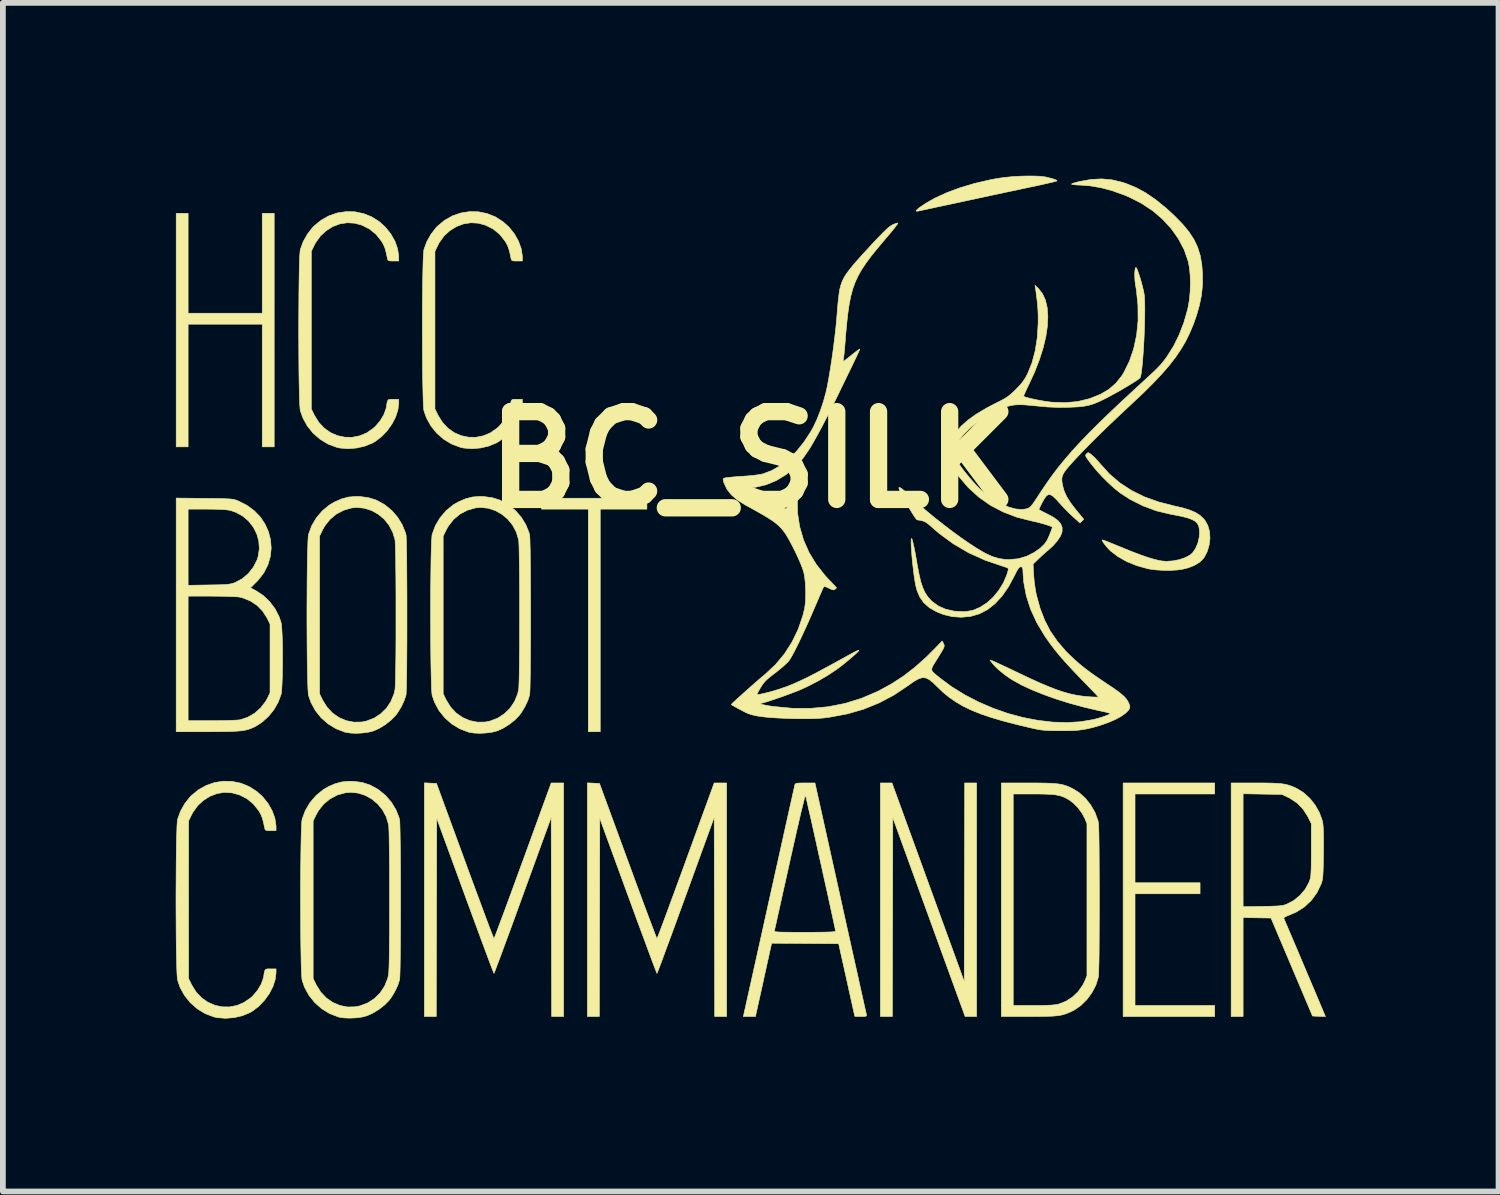
<source format=kicad_pcb>
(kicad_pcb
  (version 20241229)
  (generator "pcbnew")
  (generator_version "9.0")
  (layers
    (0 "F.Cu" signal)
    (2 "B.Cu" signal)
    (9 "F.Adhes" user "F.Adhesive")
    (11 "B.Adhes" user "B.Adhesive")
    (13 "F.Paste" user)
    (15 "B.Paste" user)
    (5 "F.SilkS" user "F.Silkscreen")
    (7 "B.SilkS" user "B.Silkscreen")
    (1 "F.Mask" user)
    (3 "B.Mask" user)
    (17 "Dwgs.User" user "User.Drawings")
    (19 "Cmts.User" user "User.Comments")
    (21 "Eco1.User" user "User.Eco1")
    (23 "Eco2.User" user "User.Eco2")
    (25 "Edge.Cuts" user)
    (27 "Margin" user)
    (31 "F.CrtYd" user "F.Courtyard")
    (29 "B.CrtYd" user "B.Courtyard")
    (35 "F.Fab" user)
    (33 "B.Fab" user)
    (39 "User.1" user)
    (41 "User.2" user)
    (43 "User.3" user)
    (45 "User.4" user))
  (footprint "BC_SILK"
    (layer "F.Cu")
    (at 10.022 4.929)
    (property "Reference" "BC_SILK" (at 0 0 0) (layer "F.SilkS") (effects (font (size 1.524 1.524) (thickness 0.3))))
    (attr through_hole)
    (fp_poly (pts (xy -1.844 0.858) (xy -2.654 0.858) (xy -2.654 4.721) (xy -2.861 4.721) (xy -2.861 0.858) (xy -3.672 0.858) (xy -3.672 0.668) (xy -1.844 0.668) (xy -1.844 0.858)) (stroke (width 0.01) (type solid)) (fill yes) (layer "F.SilkS"))
    (fp_poly (pts (xy -9.807 -2.543) (xy -8.52 -2.543) (xy -8.52 -4.276) (xy -8.313 -4.276) (xy -8.313 -0.223) (xy -8.52 -0.223) (xy -8.52 -2.352) (xy -9.807 -2.352) (xy -9.807 -0.223) (xy -10.014 -0.223) (xy -10.014 -4.276) (xy -9.807 -4.276) (xy -9.807 -2.543)) (stroke (width 0.01) (type solid)) (fill yes) (layer "F.SilkS"))
    (fp_poly (pts (xy 8.011 5.802) (xy 6.628 5.802) (xy 6.628 7.343) (xy 7.757 7.343) (xy 7.757 7.534) (xy 6.628 7.534) (xy 6.628 9.473) (xy 8.011 9.473) (xy 8.011 9.664) (xy 6.422 9.664) (xy 6.422 5.611) (xy 8.011 5.611) (xy 8.011 5.802)) (stroke (width 0.01) (type solid)) (fill yes) (layer "F.SilkS"))
    (fp_poly (pts (xy 3.037 7.335) (xy 3.664 9.058) (xy 3.668 7.335) (xy 3.672 5.611) (xy 3.878 5.611) (xy 3.878 9.664) (xy 3.679 9.664) (xy 3.051 7.938) (xy 2.424 6.213) (xy 2.42 7.938) (xy 2.416 9.664) (xy 2.209 9.664) (xy 2.209 5.611) (xy 2.41 5.611) (xy 3.037 7.335)) (stroke (width 0.01) (type solid)) (fill yes) (layer "F.SilkS"))
    (fp_poly (pts (xy 4.974 -4.92) (xy 5.059 -4.91) (xy 5.078 -4.907) (xy 5.16 -4.887) (xy 5.223 -4.869) (xy 5.262 -4.853) (xy 5.274 -4.84) (xy 5.273 -4.838) (xy 5.255 -4.833) (xy 5.211 -4.821) (xy 5.146 -4.806) (xy 5.063 -4.787) (xy 4.969 -4.766) (xy 4.941 -4.76) (xy 4.655 -4.699) (xy 4.386 -4.642) (xy 4.134 -4.588) (xy 3.901 -4.538) (xy 3.688 -4.492) (xy 3.497 -4.451) (xy 3.328 -4.415) (xy 3.184 -4.384) (xy 3.064 -4.358) (xy 2.971 -4.338) (xy 2.907 -4.324) (xy 2.871 -4.317) (xy 2.865 -4.315) (xy 2.838 -4.313) (xy 2.829 -4.32) (xy 2.843 -4.339) (xy 2.879 -4.37) (xy 2.933 -4.408) (xy 3.001 -4.452) (xy 3.077 -4.497) (xy 3.155 -4.54) (xy 3.363 -4.636) (xy 3.596 -4.722) (xy 3.849 -4.797) (xy 4.118 -4.859) (xy 4.236 -4.881) (xy 4.352 -4.898) (xy 4.48 -4.911) (xy 4.613 -4.92) (xy 4.744 -4.924) (xy 4.867 -4.924) (xy 4.974 -4.92)) (stroke (width 0.01) (type solid)) (fill yes) (layer "F.SilkS"))
    (fp_poly (pts (xy -5.496 5.619) (xy -5.002 6.966) (xy -4.93 7.164) (xy -4.86 7.353) (xy -4.794 7.531) (xy -4.733 7.696) (xy -4.677 7.846) (xy -4.628 7.979) (xy -4.585 8.093) (xy -4.55 8.185) (xy -4.523 8.254) (xy -4.506 8.297) (xy -4.499 8.313) (xy -4.499 8.313) (xy -4.492 8.298) (xy -4.475 8.256) (xy -4.449 8.188) (xy -4.415 8.096) (xy -4.373 7.983) (xy -4.323 7.851) (xy -4.268 7.701) (xy -4.207 7.536) (xy -4.142 7.358) (xy -4.073 7.169) (xy -4.001 6.972) (xy -3.997 6.962) (xy -3.505 5.611) (xy -3.398 5.611) (xy -3.29 5.611) (xy -3.29 9.664) (xy -3.497 9.664) (xy -3.501 7.936) (xy -3.505 6.207) (xy -3.998 7.562) (xy -4.07 7.76) (xy -4.139 7.95) (xy -4.204 8.129) (xy -4.265 8.294) (xy -4.321 8.445) (xy -4.37 8.579) (xy -4.413 8.693) (xy -4.448 8.786) (xy -4.474 8.856) (xy -4.491 8.9) (xy -4.498 8.916) (xy -4.498 8.917) (xy -4.505 8.902) (xy -4.521 8.86) (xy -4.547 8.792) (xy -4.582 8.7) (xy -4.624 8.587) (xy -4.673 8.455) (xy -4.729 8.305) (xy -4.789 8.141) (xy -4.855 7.963) (xy -4.924 7.774) (xy -4.997 7.577) (xy -4.999 7.57) (xy -5.492 6.224) (xy -5.5 9.664) (xy -5.706 9.664) (xy -5.706 5.609) (xy -5.496 5.619)) (stroke (width 0.01) (type solid)) (fill yes) (layer "F.SilkS"))
    (fp_poly (pts (xy -2.667 5.619) (xy -2.173 6.966) (xy -2.1 7.164) (xy -2.031 7.353) (xy -1.965 7.531) (xy -1.904 7.696) (xy -1.848 7.846) (xy -1.798 7.979) (xy -1.755 8.093) (xy -1.72 8.185) (xy -1.694 8.254) (xy -1.677 8.297) (xy -1.67 8.313) (xy -1.67 8.313) (xy -1.663 8.298) (xy -1.646 8.256) (xy -1.62 8.188) (xy -1.585 8.096) (xy -1.543 7.983) (xy -1.494 7.851) (xy -1.439 7.701) (xy -1.378 7.536) (xy -1.313 7.358) (xy -1.243 7.169) (xy -1.171 6.972) (xy -1.168 6.962) (xy -0.676 5.611) (xy -0.568 5.611) (xy -0.461 5.611) (xy -0.461 9.664) (xy -0.667 9.664) (xy -0.676 6.207) (xy -1.168 7.562) (xy -1.241 7.76) (xy -1.31 7.95) (xy -1.375 8.129) (xy -1.436 8.294) (xy -1.492 8.445) (xy -1.541 8.579) (xy -1.583 8.693) (xy -1.618 8.786) (xy -1.645 8.856) (xy -1.662 8.9) (xy -1.669 8.916) (xy -1.669 8.917) (xy -1.675 8.902) (xy -1.692 8.86) (xy -1.718 8.792) (xy -1.753 8.7) (xy -1.795 8.587) (xy -1.844 8.455) (xy -1.899 8.305) (xy -1.96 8.141) (xy -2.026 7.963) (xy -2.095 7.774) (xy -2.167 7.577) (xy -2.17 7.57) (xy -2.662 6.224) (xy -2.666 7.944) (xy -2.67 9.664) (xy -2.877 9.664) (xy -2.877 5.609) (xy -2.667 5.619)) (stroke (width 0.01) (type solid)) (fill yes) (layer "F.SilkS"))
    (fp_poly (pts (xy 4.933 5.611) (xy 5.057 5.613) (xy 5.159 5.616) (xy 5.241 5.621) (xy 5.31 5.629) (xy 5.368 5.64) (xy 5.42 5.655) (xy 5.471 5.674) (xy 5.525 5.699) (xy 5.546 5.709) (xy 5.662 5.782) (xy 5.769 5.879) (xy 5.861 5.996) (xy 5.934 6.124) (xy 5.983 6.258) (xy 5.991 6.291) (xy 5.995 6.325) (xy 5.998 6.388) (xy 6.001 6.48) (xy 6.003 6.602) (xy 6.005 6.754) (xy 6.006 6.936) (xy 6.007 7.149) (xy 6.008 7.394) (xy 6.008 7.637) (xy 6.008 7.91) (xy 6.007 8.151) (xy 6.006 8.361) (xy 6.005 8.54) (xy 6.003 8.688) (xy 6 8.807) (xy 5.998 8.896) (xy 5.994 8.955) (xy 5.991 8.984) (xy 5.949 9.118) (xy 5.881 9.249) (xy 5.793 9.369) (xy 5.69 9.471) (xy 5.575 9.551) (xy 5.546 9.566) (xy 5.49 9.592) (xy 5.439 9.613) (xy 5.387 9.63) (xy 5.332 9.643) (xy 5.268 9.652) (xy 5.191 9.658) (xy 5.097 9.661) (xy 4.981 9.663) (xy 4.84 9.664) (xy 4.781 9.664) (xy 4.308 9.664) (xy 4.308 5.802) (xy 4.514 5.802) (xy 4.514 9.473) (xy 4.86 9.473) (xy 4.992 9.473) (xy 5.097 9.47) (xy 5.178 9.466) (xy 5.241 9.46) (xy 5.289 9.452) (xy 5.302 9.449) (xy 5.427 9.401) (xy 5.542 9.327) (xy 5.643 9.231) (xy 5.722 9.118) (xy 5.758 9.045) (xy 5.794 8.957) (xy 5.794 6.318) (xy 5.758 6.23) (xy 5.708 6.135) (xy 5.638 6.04) (xy 5.556 5.958) (xy 5.484 5.904) (xy 5.429 5.873) (xy 5.375 5.848) (xy 5.317 5.83) (xy 5.25 5.817) (xy 5.168 5.809) (xy 5.068 5.804) (xy 4.944 5.802) (xy 4.86 5.802) (xy 4.514 5.802) (xy 4.308 5.802) (xy 4.308 5.611) (xy 4.781 5.611) (xy 4.933 5.611)) (stroke (width 0.01) (type solid)) (fill yes) (layer "F.SilkS"))
    (fp_poly (pts (xy 5.846 -0.107) (xy 5.879 -0.081) (xy 5.921 -0.043) (xy 5.971 0.01) (xy 6.02 0.066) (xy 6.024 0.071) (xy 6.184 0.248) (xy 6.365 0.402) (xy 6.568 0.535) (xy 6.792 0.645) (xy 7.04 0.734) (xy 7.312 0.803) (xy 7.459 0.837) (xy 7.579 0.874) (xy 7.676 0.915) (xy 7.753 0.964) (xy 7.816 1.022) (xy 7.844 1.055) (xy 7.893 1.145) (xy 7.922 1.251) (xy 7.929 1.367) (xy 7.914 1.485) (xy 7.879 1.6) (xy 7.824 1.704) (xy 7.823 1.704) (xy 7.759 1.772) (xy 7.667 1.83) (xy 7.553 1.876) (xy 7.463 1.899) (xy 7.361 1.914) (xy 7.239 1.921) (xy 7.109 1.92) (xy 6.982 1.912) (xy 6.869 1.896) (xy 6.851 1.892) (xy 6.662 1.84) (xy 6.486 1.769) (xy 6.329 1.68) (xy 6.203 1.583) (xy 6.164 1.544) (xy 6.125 1.499) (xy 6.09 1.454) (xy 6.066 1.417) (xy 6.057 1.394) (xy 6.058 1.391) (xy 6.074 1.395) (xy 6.115 1.409) (xy 6.176 1.433) (xy 6.252 1.464) (xy 6.34 1.5) (xy 6.351 1.504) (xy 6.548 1.585) (xy 6.718 1.65) (xy 6.865 1.701) (xy 6.987 1.736) (xy 7.088 1.757) (xy 7.168 1.764) (xy 7.17 1.764) (xy 7.287 1.756) (xy 7.4 1.734) (xy 7.5 1.699) (xy 7.582 1.655) (xy 7.625 1.619) (xy 7.678 1.543) (xy 7.719 1.447) (xy 7.743 1.342) (xy 7.748 1.277) (xy 7.745 1.209) (xy 7.734 1.153) (xy 7.711 1.107) (xy 7.673 1.069) (xy 7.617 1.038) (xy 7.541 1.01) (xy 7.44 0.984) (xy 7.313 0.959) (xy 7.24 0.945) (xy 7.001 0.888) (xy 6.766 0.801) (xy 6.542 0.688) (xy 6.372 0.578) (xy 6.275 0.501) (xy 6.168 0.404) (xy 6.059 0.296) (xy 5.957 0.184) (xy 5.868 0.075) (xy 5.859 0.064) (xy 5.814 0.003) (xy 5.786 -0.037) (xy 5.773 -0.063) (xy 5.771 -0.08) (xy 5.779 -0.094) (xy 5.786 -0.102) (xy 5.804 -0.118) (xy 5.821 -0.121) (xy 5.846 -0.107)) (stroke (width 0.01) (type solid)) (fill yes) (layer "F.SilkS"))
    (fp_poly (pts (xy 8.869 5.611) (xy 8.988 5.613) (xy 9.084 5.617) (xy 9.163 5.623) (xy 9.229 5.633) (xy 9.287 5.647) (xy 9.341 5.665) (xy 9.396 5.688) (xy 9.441 5.709) (xy 9.556 5.781) (xy 9.662 5.878) (xy 9.754 5.994) (xy 9.827 6.122) (xy 9.876 6.256) (xy 9.887 6.302) (xy 9.893 6.358) (xy 9.898 6.444) (xy 9.9 6.561) (xy 9.9 6.707) (xy 9.899 6.835) (xy 9.897 6.966) (xy 9.895 7.071) (xy 9.892 7.151) (xy 9.889 7.213) (xy 9.884 7.261) (xy 9.878 7.298) (xy 9.87 7.329) (xy 9.861 7.358) (xy 9.859 7.362) (xy 9.786 7.515) (xy 9.688 7.649) (xy 9.568 7.762) (xy 9.428 7.851) (xy 9.309 7.902) (xy 9.258 7.923) (xy 9.222 7.941) (xy 9.209 7.955) (xy 9.21 7.955) (xy 9.217 7.973) (xy 9.235 8.017) (xy 9.264 8.084) (xy 9.301 8.171) (xy 9.346 8.277) (xy 9.397 8.397) (xy 9.453 8.528) (xy 9.512 8.669) (xy 9.513 8.671) (xy 9.575 8.817) (xy 9.635 8.959) (xy 9.692 9.094) (xy 9.745 9.217) (xy 9.79 9.325) (xy 9.828 9.415) (xy 9.856 9.482) (xy 9.872 9.518) (xy 9.933 9.665) (xy 9.821 9.661) (xy 9.709 9.656) (xy 9.349 8.806) (xy 8.988 7.955) (xy 8.746 7.951) (xy 8.504 7.947) (xy 8.504 9.664) (xy 8.297 9.664) (xy 8.297 7.759) (xy 8.504 7.759) (xy 8.842 7.753) (xy 8.957 7.751) (xy 9.046 7.748) (xy 9.113 7.745) (xy 9.164 7.74) (xy 9.203 7.733) (xy 9.236 7.724) (xy 9.262 7.714) (xy 9.384 7.65) (xy 9.492 7.562) (xy 9.582 7.456) (xy 9.647 7.338) (xy 9.659 7.306) (xy 9.668 7.278) (xy 9.675 7.247) (xy 9.68 7.207) (xy 9.683 7.156) (xy 9.686 7.089) (xy 9.687 7.001) (xy 9.688 6.89) (xy 9.688 6.77) (xy 9.688 6.317) (xy 9.629 6.197) (xy 9.548 6.069) (xy 9.444 5.961) (xy 9.319 5.877) (xy 9.287 5.861) (xy 9.179 5.81) (xy 8.504 5.798) (xy 8.504 7.759) (xy 8.297 7.759) (xy 8.297 5.611) (xy 8.723 5.611) (xy 8.869 5.611)) (stroke (width 0.01) (type solid)) (fill yes) (layer "F.SilkS"))
    (fp_poly (pts (xy -9.043 5.584) (xy -8.893 5.614) (xy -8.75 5.672) (xy -8.616 5.757) (xy -8.514 5.849) (xy -8.42 5.966) (xy -8.348 6.093) (xy -8.301 6.223) (xy -8.282 6.351) (xy -8.281 6.37) (xy -8.281 6.437) (xy -8.375 6.437) (xy -8.428 6.437) (xy -8.457 6.432) (xy -8.471 6.418) (xy -8.478 6.392) (xy -8.479 6.386) (xy -8.499 6.294) (xy -8.517 6.225) (xy -8.539 6.169) (xy -8.566 6.117) (xy -8.582 6.091) (xy -8.676 5.974) (xy -8.788 5.882) (xy -8.918 5.817) (xy -9.045 5.782) (xy -9.175 5.773) (xy -9.304 5.794) (xy -9.428 5.841) (xy -9.542 5.913) (xy -9.642 6.006) (xy -9.723 6.119) (xy -9.745 6.159) (xy -9.799 6.27) (xy -9.799 9.005) (xy -9.745 9.116) (xy -9.668 9.239) (xy -9.574 9.34) (xy -9.465 9.416) (xy -9.345 9.469) (xy -9.219 9.496) (xy -9.09 9.498) (xy -8.961 9.473) (xy -8.838 9.421) (xy -8.723 9.342) (xy -8.681 9.303) (xy -8.601 9.208) (xy -8.539 9.104) (xy -8.502 9) (xy -8.496 8.973) (xy -8.486 8.908) (xy -8.476 8.868) (xy -8.462 8.847) (xy -8.438 8.839) (xy -8.399 8.837) (xy -8.376 8.838) (xy -8.281 8.838) (xy -8.281 8.906) (xy -8.296 9.024) (xy -8.336 9.147) (xy -8.399 9.268) (xy -8.481 9.382) (xy -8.577 9.484) (xy -8.685 9.567) (xy -8.736 9.597) (xy -8.867 9.651) (xy -9.012 9.684) (xy -9.16 9.695) (xy -9.302 9.684) (xy -9.36 9.671) (xy -9.509 9.615) (xy -9.646 9.532) (xy -9.767 9.426) (xy -9.868 9.301) (xy -9.945 9.162) (xy -9.989 9.035) (xy -9.994 9) (xy -9.999 8.936) (xy -10.003 8.846) (xy -10.006 8.734) (xy -10.009 8.602) (xy -10.012 8.452) (xy -10.014 8.29) (xy -10.015 8.116) (xy -10.016 7.934) (xy -10.017 7.748) (xy -10.017 7.56) (xy -10.016 7.374) (xy -10.015 7.191) (xy -10.014 7.016) (xy -10.012 6.851) (xy -10.01 6.699) (xy -10.007 6.563) (xy -10.003 6.447) (xy -10 6.353) (xy -9.995 6.284) (xy -9.99 6.244) (xy -9.989 6.24) (xy -9.94 6.104) (xy -9.867 5.972) (xy -9.776 5.856) (xy -9.757 5.836) (xy -9.631 5.731) (xy -9.493 5.654) (xy -9.347 5.603) (xy -9.195 5.58) (xy -9.043 5.584)) (stroke (width 0.01) (type solid)) (fill yes) (layer "F.SilkS"))
    (fp_poly (pts (xy -6.913 -4.303) (xy -6.763 -4.272) (xy -6.62 -4.215) (xy -6.486 -4.13) (xy -6.384 -4.037) (xy -6.29 -3.92) (xy -6.218 -3.794) (xy -6.172 -3.664) (xy -6.152 -3.536) (xy -6.152 -3.517) (xy -6.151 -3.449) (xy -6.245 -3.449) (xy -6.298 -3.45) (xy -6.327 -3.455) (xy -6.341 -3.468) (xy -6.348 -3.494) (xy -6.349 -3.501) (xy -6.369 -3.593) (xy -6.387 -3.662) (xy -6.409 -3.718) (xy -6.436 -3.769) (xy -6.452 -3.795) (xy -6.546 -3.913) (xy -6.658 -4.004) (xy -6.788 -4.07) (xy -6.915 -4.105) (xy -7.045 -4.113) (xy -7.174 -4.093) (xy -7.298 -4.046) (xy -7.412 -3.974) (xy -7.512 -3.881) (xy -7.593 -3.768) (xy -7.615 -3.728) (xy -7.669 -3.617) (xy -7.669 -0.881) (xy -7.615 -0.771) (xy -7.538 -0.647) (xy -7.444 -0.547) (xy -7.335 -0.47) (xy -7.215 -0.418) (xy -7.089 -0.391) (xy -6.96 -0.389) (xy -6.831 -0.414) (xy -6.708 -0.465) (xy -6.593 -0.545) (xy -6.551 -0.584) (xy -6.471 -0.679) (xy -6.409 -0.783) (xy -6.372 -0.886) (xy -6.366 -0.914) (xy -6.356 -0.979) (xy -6.346 -1.019) (xy -6.332 -1.04) (xy -6.308 -1.048) (xy -6.269 -1.049) (xy -6.246 -1.049) (xy -6.151 -1.049) (xy -6.151 -0.98) (xy -6.166 -0.862) (xy -6.206 -0.74) (xy -6.269 -0.619) (xy -6.351 -0.504) (xy -6.447 -0.403) (xy -6.555 -0.32) (xy -6.606 -0.29) (xy -6.738 -0.236) (xy -6.882 -0.203) (xy -7.03 -0.191) (xy -7.172 -0.203) (xy -7.23 -0.216) (xy -7.379 -0.272) (xy -7.516 -0.355) (xy -7.637 -0.46) (xy -7.738 -0.585) (xy -7.815 -0.725) (xy -7.86 -0.851) (xy -7.864 -0.886) (xy -7.869 -0.95) (xy -7.873 -1.04) (xy -7.876 -1.153) (xy -7.879 -1.285) (xy -7.882 -1.434) (xy -7.884 -1.597) (xy -7.885 -1.771) (xy -7.886 -1.952) (xy -7.887 -2.138) (xy -7.887 -2.326) (xy -7.886 -2.513) (xy -7.885 -2.696) (xy -7.884 -2.871) (xy -7.882 -3.036) (xy -7.88 -3.188) (xy -7.877 -3.323) (xy -7.874 -3.44) (xy -7.87 -3.534) (xy -7.865 -3.602) (xy -7.86 -3.643) (xy -7.86 -3.647) (xy -7.81 -3.783) (xy -7.737 -3.914) (xy -7.646 -4.031) (xy -7.627 -4.051) (xy -7.501 -4.155) (xy -7.363 -4.233) (xy -7.217 -4.283) (xy -7.065 -4.306) (xy -6.913 -4.303)) (stroke (width 0.01) (type solid)) (fill yes) (layer "F.SilkS"))
    (fp_poly (pts (xy -4.767 -4.303) (xy -4.617 -4.272) (xy -4.474 -4.215) (xy -4.341 -4.13) (xy -4.238 -4.037) (xy -4.144 -3.92) (xy -4.073 -3.794) (xy -4.026 -3.664) (xy -4.006 -3.536) (xy -4.006 -3.517) (xy -4.006 -3.449) (xy -4.1 -3.449) (xy -4.152 -3.45) (xy -4.181 -3.455) (xy -4.195 -3.468) (xy -4.202 -3.494) (xy -4.204 -3.501) (xy -4.223 -3.593) (xy -4.242 -3.662) (xy -4.263 -3.718) (xy -4.29 -3.769) (xy -4.307 -3.795) (xy -4.4 -3.913) (xy -4.512 -4.004) (xy -4.642 -4.07) (xy -4.769 -4.105) (xy -4.899 -4.113) (xy -5.028 -4.093) (xy -5.152 -4.046) (xy -5.267 -3.974) (xy -5.367 -3.881) (xy -5.448 -3.768) (xy -5.469 -3.728) (xy -5.523 -3.617) (xy -5.523 -0.881) (xy -5.469 -0.771) (xy -5.392 -0.647) (xy -5.298 -0.547) (xy -5.189 -0.47) (xy -5.069 -0.418) (xy -4.943 -0.391) (xy -4.814 -0.389) (xy -4.686 -0.414) (xy -4.562 -0.465) (xy -4.447 -0.545) (xy -4.405 -0.584) (xy -4.325 -0.679) (xy -4.264 -0.783) (xy -4.226 -0.886) (xy -4.221 -0.914) (xy -4.21 -0.979) (xy -4.2 -1.019) (xy -4.186 -1.04) (xy -4.163 -1.048) (xy -4.124 -1.049) (xy -4.101 -1.049) (xy -4.006 -1.049) (xy -4.006 -0.98) (xy -4.02 -0.862) (xy -4.061 -0.74) (xy -4.124 -0.619) (xy -4.205 -0.504) (xy -4.302 -0.403) (xy -4.409 -0.32) (xy -4.46 -0.29) (xy -4.592 -0.236) (xy -4.736 -0.203) (xy -4.885 -0.191) (xy -5.026 -0.203) (xy -5.084 -0.216) (xy -5.233 -0.272) (xy -5.37 -0.355) (xy -5.491 -0.46) (xy -5.592 -0.585) (xy -5.67 -0.725) (xy -5.714 -0.851) (xy -5.719 -0.886) (xy -5.723 -0.95) (xy -5.727 -1.04) (xy -5.73 -1.153) (xy -5.733 -1.285) (xy -5.736 -1.434) (xy -5.738 -1.597) (xy -5.739 -1.771) (xy -5.74 -1.952) (xy -5.741 -2.138) (xy -5.741 -2.326) (xy -5.741 -2.513) (xy -5.74 -2.696) (xy -5.738 -2.871) (xy -5.736 -3.036) (xy -5.734 -3.188) (xy -5.731 -3.323) (xy -5.728 -3.44) (xy -5.724 -3.534) (xy -5.719 -3.602) (xy -5.715 -3.643) (xy -5.714 -3.647) (xy -5.665 -3.783) (xy -5.591 -3.914) (xy -5.5 -4.031) (xy -5.481 -4.051) (xy -5.356 -4.155) (xy -5.218 -4.233) (xy -5.071 -4.283) (xy -4.92 -4.306) (xy -4.767 -4.303)) (stroke (width 0.01) (type solid)) (fill yes) (layer "F.SilkS"))
    (fp_poly (pts (xy -9.525 0.671) (xy -9.387 0.672) (xy -9.277 0.674) (xy -9.19 0.676) (xy -9.123 0.679) (xy -9.072 0.682) (xy -9.033 0.687) (xy -9.002 0.693) (xy -8.975 0.701) (xy -8.947 0.712) (xy -8.941 0.714) (xy -8.791 0.789) (xy -8.662 0.883) (xy -8.555 0.993) (xy -8.472 1.117) (xy -8.412 1.251) (xy -8.376 1.392) (xy -8.365 1.537) (xy -8.38 1.681) (xy -8.422 1.824) (xy -8.491 1.96) (xy -8.588 2.087) (xy -8.617 2.117) (xy -8.724 2.224) (xy -8.626 2.276) (xy -8.502 2.358) (xy -8.391 2.465) (xy -8.297 2.589) (xy -8.227 2.726) (xy -8.194 2.825) (xy -8.186 2.871) (xy -8.18 2.945) (xy -8.175 3.04) (xy -8.171 3.152) (xy -8.169 3.276) (xy -8.168 3.406) (xy -8.168 3.538) (xy -8.17 3.667) (xy -8.173 3.787) (xy -8.177 3.894) (xy -8.182 3.983) (xy -8.189 4.048) (xy -8.194 4.076) (xy -8.244 4.21) (xy -8.319 4.34) (xy -8.415 4.458) (xy -8.526 4.557) (xy -8.624 4.621) (xy -8.673 4.646) (xy -8.72 4.666) (xy -8.768 4.682) (xy -8.821 4.695) (xy -8.883 4.705) (xy -8.957 4.711) (xy -9.049 4.716) (xy -9.16 4.719) (xy -9.295 4.72) (xy -9.458 4.721) (xy -9.469 4.721) (xy -10.014 4.721) (xy -10.014 2.368) (xy -9.807 2.368) (xy -9.807 4.53) (xy -9.395 4.53) (xy -9.266 4.529) (xy -9.15 4.527) (xy -9.049 4.524) (xy -8.969 4.52) (xy -8.913 4.515) (xy -8.898 4.512) (xy -8.772 4.47) (xy -8.654 4.401) (xy -8.549 4.309) (xy -8.463 4.198) (xy -8.429 4.137) (xy -8.385 4.045) (xy -8.385 2.853) (xy -8.436 2.749) (xy -8.511 2.631) (xy -8.609 2.53) (xy -8.726 2.452) (xy -8.857 2.399) (xy -8.916 2.384) (xy -8.956 2.38) (xy -9.021 2.376) (xy -9.108 2.373) (xy -9.21 2.37) (xy -9.321 2.369) (xy -9.404 2.368) (xy -9.807 2.368) (xy -10.014 2.368) (xy -10.014 0.858) (xy -9.807 0.858) (xy -9.807 2.18) (xy -9.446 2.174) (xy -9.327 2.172) (xy -9.235 2.17) (xy -9.166 2.167) (xy -9.113 2.162) (xy -9.072 2.156) (xy -9.038 2.148) (xy -9.007 2.138) (xy -8.992 2.132) (xy -8.869 2.067) (xy -8.762 1.976) (xy -8.674 1.865) (xy -8.61 1.739) (xy -8.591 1.678) (xy -8.571 1.545) (xy -8.58 1.414) (xy -8.615 1.288) (xy -8.675 1.17) (xy -8.757 1.066) (xy -8.858 0.979) (xy -8.976 0.914) (xy -9.067 0.883) (xy -9.116 0.873) (xy -9.178 0.866) (xy -9.259 0.862) (xy -9.364 0.859) (xy -9.485 0.858) (xy -9.807 0.858) (xy -10.014 0.858) (xy -10.014 0.666) (xy -9.525 0.671)) (stroke (width 0.01) (type solid)) (fill yes) (layer "F.SilkS"))
    (fp_poly (pts (xy 1.073 5.611) (xy 1.517 7.61) (xy 1.571 7.857) (xy 1.624 8.095) (xy 1.675 8.324) (xy 1.723 8.54) (xy 1.768 8.742) (xy 1.81 8.929) (xy 1.847 9.098) (xy 1.88 9.247) (xy 1.909 9.375) (xy 1.932 9.48) (xy 1.95 9.559) (xy 1.962 9.612) (xy 1.967 9.635) (xy 1.967 9.636) (xy 1.968 9.651) (xy 1.954 9.66) (xy 1.921 9.663) (xy 1.87 9.664) (xy 1.816 9.664) (xy 1.778 9.662) (xy 1.764 9.66) (xy 1.76 9.644) (xy 1.751 9.601) (xy 1.736 9.533) (xy 1.716 9.443) (xy 1.692 9.336) (xy 1.665 9.215) (xy 1.636 9.082) (xy 1.624 9.028) (xy 1.484 8.4) (xy 0.902 8.396) (xy 0.321 8.392) (xy 0.306 8.46) (xy 0.299 8.491) (xy 0.286 8.549) (xy 0.269 8.63) (xy 0.246 8.73) (xy 0.221 8.845) (xy 0.193 8.971) (xy 0.166 9.096) (xy 0.04 9.664) (xy -0.065 9.664) (xy -0.17 9.664) (xy 0.16 8.181) (xy 0.369 8.181) (xy 0.374 8.187) (xy 0.389 8.192) (xy 0.415 8.196) (xy 0.456 8.198) (xy 0.516 8.2) (xy 0.597 8.201) (xy 0.702 8.202) (xy 0.835 8.202) (xy 0.896 8.202) (xy 1.047 8.202) (xy 1.169 8.201) (xy 1.264 8.199) (xy 1.335 8.197) (xy 1.384 8.194) (xy 1.415 8.19) (xy 1.429 8.185) (xy 1.431 8.182) (xy 1.427 8.163) (xy 1.418 8.116) (xy 1.402 8.044) (xy 1.382 7.949) (xy 1.357 7.836) (xy 1.329 7.706) (xy 1.298 7.563) (xy 1.264 7.41) (xy 1.228 7.249) (xy 1.192 7.084) (xy 1.155 6.918) (xy 1.118 6.753) (xy 1.083 6.593) (xy 1.049 6.44) (xy 1.017 6.297) (xy 0.988 6.168) (xy 0.962 6.056) (xy 0.941 5.962) (xy 0.925 5.891) (xy 0.914 5.846) (xy 0.909 5.828) (xy 0.903 5.838) (xy 0.891 5.877) (xy 0.874 5.946) (xy 0.85 6.042) (xy 0.82 6.165) (xy 0.786 6.313) (xy 0.746 6.486) (xy 0.702 6.681) (xy 0.653 6.899) (xy 0.637 6.973) (xy 0.595 7.161) (xy 0.555 7.341) (xy 0.517 7.51) (xy 0.483 7.665) (xy 0.452 7.805) (xy 0.425 7.925) (xy 0.403 8.025) (xy 0.386 8.101) (xy 0.374 8.152) (xy 0.369 8.173) (xy 0.369 8.174) (xy 0.369 8.181) (xy 0.16 8.181) (xy 0.272 7.673) (xy 0.327 7.427) (xy 0.38 7.188) (xy 0.431 6.96) (xy 0.479 6.744) (xy 0.524 6.541) (xy 0.565 6.355) (xy 0.603 6.186) (xy 0.636 6.036) (xy 0.665 5.908) (xy 0.688 5.804) (xy 0.706 5.724) (xy 0.718 5.671) (xy 0.723 5.648) (xy 0.723 5.647) (xy 0.729 5.631) (xy 0.74 5.621) (xy 0.762 5.615) (xy 0.802 5.612) (xy 0.866 5.611) (xy 0.902 5.611) (xy 1.073 5.611)) (stroke (width 0.01) (type solid)) (fill yes) (layer "F.SilkS"))
    (fp_poly (pts (xy -6.93 5.583) (xy -6.786 5.602) (xy -6.655 5.644) (xy -6.529 5.711) (xy -6.496 5.733) (xy -6.38 5.828) (xy -6.28 5.944) (xy -6.201 6.073) (xy -6.147 6.209) (xy -6.137 6.247) (xy -6.134 6.276) (xy -6.131 6.334) (xy -6.129 6.417) (xy -6.127 6.524) (xy -6.125 6.651) (xy -6.123 6.795) (xy -6.122 6.953) (xy -6.121 7.122) (xy -6.12 7.299) (xy -6.12 7.482) (xy -6.12 7.668) (xy -6.12 7.853) (xy -6.121 8.034) (xy -6.121 8.21) (xy -6.122 8.375) (xy -6.124 8.529) (xy -6.125 8.668) (xy -6.127 8.788) (xy -6.129 8.888) (xy -6.132 8.963) (xy -6.135 9.012) (xy -6.137 9.028) (xy -6.168 9.124) (xy -6.217 9.228) (xy -6.277 9.328) (xy -6.317 9.382) (xy -6.395 9.462) (xy -6.492 9.538) (xy -6.598 9.604) (xy -6.7 9.65) (xy -6.786 9.673) (xy -6.89 9.687) (xy -7 9.692) (xy -7.104 9.688) (xy -7.191 9.674) (xy -7.198 9.672) (xy -7.35 9.614) (xy -7.488 9.529) (xy -7.609 9.422) (xy -7.71 9.296) (xy -7.787 9.155) (xy -7.828 9.035) (xy -7.833 9) (xy -7.837 8.936) (xy -7.841 8.846) (xy -7.845 8.734) (xy -7.847 8.602) (xy -7.85 8.452) (xy -7.852 8.29) (xy -7.853 8.116) (xy -7.854 7.934) (xy -7.855 7.748) (xy -7.855 7.56) (xy -7.855 7.374) (xy -7.854 7.191) (xy -7.852 7.016) (xy -7.85 6.851) (xy -7.848 6.699) (xy -7.845 6.563) (xy -7.842 6.447) (xy -7.838 6.353) (xy -7.834 6.284) (xy -7.832 6.27) (xy -7.637 6.27) (xy -7.637 9.005) (xy -7.583 9.116) (xy -7.506 9.239) (xy -7.41 9.341) (xy -7.298 9.419) (xy -7.174 9.472) (xy -7.042 9.499) (xy -6.905 9.496) (xy -6.826 9.48) (xy -6.693 9.43) (xy -6.575 9.354) (xy -6.475 9.255) (xy -6.397 9.139) (xy -6.344 9.008) (xy -6.327 8.932) (xy -6.324 8.896) (xy -6.321 8.831) (xy -6.318 8.741) (xy -6.316 8.628) (xy -6.314 8.497) (xy -6.313 8.349) (xy -6.311 8.189) (xy -6.311 8.019) (xy -6.31 7.842) (xy -6.31 7.661) (xy -6.31 7.48) (xy -6.31 7.302) (xy -6.311 7.129) (xy -6.312 6.966) (xy -6.314 6.814) (xy -6.316 6.677) (xy -6.318 6.558) (xy -6.32 6.461) (xy -6.323 6.388) (xy -6.326 6.343) (xy -6.328 6.333) (xy -6.367 6.2) (xy -6.431 6.08) (xy -6.516 5.976) (xy -6.618 5.89) (xy -6.733 5.826) (xy -6.858 5.786) (xy -6.988 5.773) (xy -7.079 5.781) (xy -7.219 5.82) (xy -7.346 5.888) (xy -7.456 5.979) (xy -7.546 6.093) (xy -7.583 6.159) (xy -7.637 6.27) (xy -7.832 6.27) (xy -7.829 6.244) (xy -7.828 6.24) (xy -7.773 6.089) (xy -7.691 5.951) (xy -7.586 5.829) (xy -7.463 5.728) (xy -7.373 5.675) (xy -7.25 5.622) (xy -7.134 5.592) (xy -7.012 5.581) (xy -6.93 5.583)) (stroke (width 0.01) (type solid)) (fill yes) (layer "F.SilkS"))
    (fp_poly (pts (xy -6.819 0.64) (xy -6.675 0.659) (xy -6.544 0.7) (xy -6.417 0.768) (xy -6.385 0.789) (xy -6.269 0.885) (xy -6.169 1.001) (xy -6.09 1.13) (xy -6.035 1.266) (xy -6.025 1.304) (xy -6.022 1.333) (xy -6.02 1.39) (xy -6.017 1.474) (xy -6.015 1.581) (xy -6.013 1.707) (xy -6.012 1.851) (xy -6.011 2.009) (xy -6.01 2.179) (xy -6.009 2.356) (xy -6.009 2.539) (xy -6.009 2.725) (xy -6.009 2.909) (xy -6.009 3.091) (xy -6.01 3.266) (xy -6.011 3.432) (xy -6.012 3.586) (xy -6.014 3.724) (xy -6.016 3.845) (xy -6.018 3.944) (xy -6.021 4.02) (xy -6.023 4.068) (xy -6.025 4.085) (xy -6.057 4.18) (xy -6.105 4.285) (xy -6.166 4.384) (xy -6.206 4.439) (xy -6.284 4.519) (xy -6.381 4.595) (xy -6.487 4.661) (xy -6.588 4.707) (xy -6.675 4.729) (xy -6.779 4.743) (xy -6.889 4.749) (xy -6.993 4.744) (xy -7.08 4.73) (xy -7.087 4.728) (xy -7.238 4.67) (xy -7.376 4.586) (xy -7.498 4.479) (xy -7.599 4.353) (xy -7.675 4.212) (xy -7.717 4.092) (xy -7.721 4.057) (xy -7.726 3.993) (xy -7.73 3.903) (xy -7.733 3.791) (xy -7.736 3.658) (xy -7.739 3.509) (xy -7.741 3.346) (xy -7.742 3.173) (xy -7.743 2.991) (xy -7.744 2.805) (xy -7.744 2.617) (xy -7.743 2.43) (xy -7.742 2.248) (xy -7.741 2.072) (xy -7.739 1.907) (xy -7.737 1.756) (xy -7.734 1.62) (xy -7.73 1.504) (xy -7.727 1.41) (xy -7.722 1.341) (xy -7.721 1.327) (xy -7.526 1.327) (xy -7.526 4.062) (xy -7.472 4.173) (xy -7.395 4.296) (xy -7.299 4.398) (xy -7.187 4.476) (xy -7.063 4.529) (xy -6.931 4.555) (xy -6.794 4.553) (xy -6.715 4.537) (xy -6.582 4.487) (xy -6.464 4.41) (xy -6.364 4.312) (xy -6.286 4.195) (xy -6.233 4.064) (xy -6.216 3.989) (xy -6.213 3.953) (xy -6.21 3.888) (xy -6.207 3.798) (xy -6.205 3.685) (xy -6.203 3.554) (xy -6.201 3.406) (xy -6.2 3.246) (xy -6.199 3.075) (xy -6.199 2.898) (xy -6.199 2.718) (xy -6.199 2.537) (xy -6.199 2.359) (xy -6.2 2.186) (xy -6.201 2.022) (xy -6.203 1.87) (xy -6.204 1.734) (xy -6.207 1.615) (xy -6.209 1.518) (xy -6.212 1.445) (xy -6.215 1.399) (xy -6.216 1.39) (xy -6.256 1.257) (xy -6.32 1.137) (xy -6.404 1.032) (xy -6.506 0.947) (xy -6.622 0.882) (xy -6.747 0.842) (xy -6.877 0.829) (xy -6.968 0.837) (xy -7.108 0.877) (xy -7.235 0.944) (xy -7.345 1.036) (xy -7.435 1.15) (xy -7.472 1.216) (xy -7.526 1.327) (xy -7.721 1.327) (xy -7.717 1.3) (xy -7.717 1.296) (xy -7.662 1.146) (xy -7.58 1.008) (xy -7.475 0.885) (xy -7.351 0.784) (xy -7.262 0.732) (xy -7.139 0.679) (xy -7.023 0.648) (xy -6.901 0.638) (xy -6.819 0.64)) (stroke (width 0.01) (type solid)) (fill yes) (layer "F.SilkS"))
    (fp_poly (pts (xy -4.673 0.64) (xy -4.529 0.659) (xy -4.398 0.7) (xy -4.272 0.768) (xy -4.239 0.789) (xy -4.123 0.885) (xy -4.023 1.001) (xy -3.944 1.13) (xy -3.89 1.266) (xy -3.88 1.304) (xy -3.877 1.333) (xy -3.874 1.39) (xy -3.872 1.474) (xy -3.869 1.581) (xy -3.868 1.707) (xy -3.866 1.851) (xy -3.865 2.009) (xy -3.864 2.179) (xy -3.863 2.356) (xy -3.863 2.539) (xy -3.863 2.725) (xy -3.863 2.909) (xy -3.863 3.091) (xy -3.864 3.266) (xy -3.865 3.432) (xy -3.867 3.586) (xy -3.868 3.724) (xy -3.87 3.845) (xy -3.872 3.944) (xy -3.875 4.02) (xy -3.878 4.068) (xy -3.88 4.085) (xy -3.911 4.18) (xy -3.96 4.285) (xy -4.02 4.384) (xy -4.06 4.439) (xy -4.138 4.519) (xy -4.235 4.595) (xy -4.341 4.661) (xy -4.443 4.707) (xy -4.529 4.729) (xy -4.633 4.743) (xy -4.743 4.749) (xy -4.847 4.744) (xy -4.934 4.73) (xy -4.941 4.728) (xy -5.093 4.67) (xy -5.231 4.586) (xy -5.352 4.479) (xy -5.453 4.353) (xy -5.529 4.212) (xy -5.571 4.092) (xy -5.576 4.057) (xy -5.58 3.993) (xy -5.584 3.903) (xy -5.587 3.791) (xy -5.59 3.658) (xy -5.593 3.509) (xy -5.595 3.346) (xy -5.596 3.173) (xy -5.597 2.991) (xy -5.598 2.805) (xy -5.598 2.617) (xy -5.598 2.43) (xy -5.597 2.248) (xy -5.595 2.072) (xy -5.593 1.907) (xy -5.591 1.756) (xy -5.588 1.62) (xy -5.585 1.504) (xy -5.581 1.41) (xy -5.576 1.341) (xy -5.575 1.327) (xy -5.38 1.327) (xy -5.38 4.062) (xy -5.326 4.173) (xy -5.249 4.296) (xy -5.153 4.398) (xy -5.041 4.476) (xy -4.917 4.529) (xy -4.785 4.555) (xy -4.648 4.553) (xy -4.569 4.537) (xy -4.436 4.487) (xy -4.318 4.41) (xy -4.218 4.312) (xy -4.14 4.195) (xy -4.087 4.064) (xy -4.07 3.989) (xy -4.067 3.953) (xy -4.064 3.888) (xy -4.061 3.798) (xy -4.059 3.685) (xy -4.057 3.554) (xy -4.056 3.406) (xy -4.054 3.246) (xy -4.054 3.075) (xy -4.053 2.898) (xy -4.053 2.718) (xy -4.053 2.537) (xy -4.053 2.359) (xy -4.054 2.186) (xy -4.055 2.022) (xy -4.057 1.87) (xy -4.059 1.734) (xy -4.061 1.615) (xy -4.063 1.518) (xy -4.066 1.445) (xy -4.069 1.399) (xy -4.071 1.39) (xy -4.11 1.257) (xy -4.174 1.137) (xy -4.259 1.032) (xy -4.361 0.947) (xy -4.476 0.882) (xy -4.601 0.842) (xy -4.731 0.829) (xy -4.822 0.837) (xy -4.962 0.877) (xy -5.089 0.944) (xy -5.199 1.036) (xy -5.289 1.15) (xy -5.326 1.216) (xy -5.38 1.327) (xy -5.575 1.327) (xy -5.572 1.3) (xy -5.571 1.296) (xy -5.516 1.146) (xy -5.434 1.008) (xy -5.329 0.885) (xy -5.206 0.784) (xy -5.116 0.732) (xy -4.993 0.679) (xy -4.877 0.648) (xy -4.755 0.638) (xy -4.673 0.64)) (stroke (width 0.01) (type solid)) (fill yes) (layer "F.SilkS"))
    (fp_poly (pts (xy 6.226 -4.858) (xy 6.408 -4.815) (xy 6.472 -4.794) (xy 6.642 -4.725) (xy 6.813 -4.632) (xy 6.987 -4.513) (xy 7.166 -4.368) (xy 7.318 -4.228) (xy 7.455 -4.087) (xy 7.565 -3.954) (xy 7.651 -3.823) (xy 7.715 -3.688) (xy 7.759 -3.546) (xy 7.787 -3.39) (xy 7.8 -3.218) (xy 7.799 -3.031) (xy 7.781 -2.852) (xy 7.743 -2.67) (xy 7.695 -2.503) (xy 7.639 -2.345) (xy 7.576 -2.196) (xy 7.506 -2.053) (xy 7.424 -1.915) (xy 7.33 -1.776) (xy 7.221 -1.635) (xy 7.094 -1.489) (xy 6.948 -1.334) (xy 6.781 -1.167) (xy 6.589 -0.987) (xy 6.566 -0.965) (xy 6.369 -0.781) (xy 6.18 -0.602) (xy 6.002 -0.429) (xy 5.838 -0.266) (xy 5.693 -0.117) (xy 5.568 0.016) (xy 5.562 0.023) (xy 5.486 0.108) (xy 5.43 0.175) (xy 5.391 0.23) (xy 5.368 0.278) (xy 5.358 0.324) (xy 5.359 0.374) (xy 5.368 0.433) (xy 5.373 0.455) (xy 5.399 0.546) (xy 5.441 0.639) (xy 5.503 0.739) (xy 5.588 0.851) (xy 5.613 0.882) (xy 5.738 1.033) (xy 5.706 1.066) (xy 5.673 1.098) (xy 5.554 0.992) (xy 5.487 0.929) (xy 5.416 0.857) (xy 5.352 0.789) (xy 5.337 0.773) (xy 5.266 0.693) (xy 5.209 0.638) (xy 5.164 0.609) (xy 5.126 0.605) (xy 5.091 0.627) (xy 5.055 0.675) (xy 5.015 0.747) (xy 5.001 0.774) (xy 4.979 0.82) (xy 4.963 0.853) (xy 4.959 0.864) (xy 4.973 0.874) (xy 5.009 0.893) (xy 5.061 0.92) (xy 5.098 0.938) (xy 5.208 0.996) (xy 5.288 1.054) (xy 5.339 1.114) (xy 5.363 1.177) (xy 5.362 1.246) (xy 5.357 1.27) (xy 5.328 1.336) (xy 5.277 1.411) (xy 5.209 1.489) (xy 5.132 1.56) (xy 5.077 1.607) (xy 5.013 1.664) (xy 4.954 1.72) (xy 4.953 1.721) (xy 4.859 1.812) (xy 4.869 1.999) (xy 4.878 2.103) (xy 4.893 2.217) (xy 4.911 2.321) (xy 4.918 2.352) (xy 4.981 2.582) (xy 5.061 2.788) (xy 5.159 2.977) (xy 5.281 3.153) (xy 5.427 3.323) (xy 5.493 3.389) (xy 5.578 3.469) (xy 5.664 3.545) (xy 5.756 3.619) (xy 5.859 3.697) (xy 5.979 3.781) (xy 6.121 3.877) (xy 6.139 3.889) (xy 6.246 3.96) (xy 6.329 4.019) (xy 6.392 4.068) (xy 6.439 4.11) (xy 6.474 4.149) (xy 6.501 4.188) (xy 6.519 4.224) (xy 6.537 4.271) (xy 6.537 4.309) (xy 6.518 4.345) (xy 6.475 4.388) (xy 6.461 4.401) (xy 6.385 4.455) (xy 6.284 4.51) (xy 6.162 4.562) (xy 6.027 4.61) (xy 5.884 4.651) (xy 5.786 4.673) (xy 5.718 4.685) (xy 5.65 4.694) (xy 5.575 4.7) (xy 5.485 4.703) (xy 5.373 4.704) (xy 5.33 4.704) (xy 5.221 4.703) (xy 5.136 4.701) (xy 5.067 4.697) (xy 5.004 4.691) (xy 4.942 4.681) (xy 4.87 4.666) (xy 4.8 4.65) (xy 4.545 4.589) (xy 4.318 4.529) (xy 4.117 4.469) (xy 3.939 4.408) (xy 3.781 4.344) (xy 3.64 4.275) (xy 3.514 4.201) (xy 3.399 4.121) (xy 3.292 4.033) (xy 3.197 3.942) (xy 3.12 3.867) (xy 3.056 3.816) (xy 2.998 3.788) (xy 2.94 3.782) (xy 2.878 3.8) (xy 2.805 3.839) (xy 2.716 3.901) (xy 2.694 3.917) (xy 2.445 4.084) (xy 2.186 4.221) (xy 1.915 4.331) (xy 1.629 4.413) (xy 1.328 4.469) (xy 1.21 4.484) (xy 1.112 4.491) (xy 0.99 4.495) (xy 0.852 4.496) (xy 0.704 4.494) (xy 0.554 4.489) (xy 0.41 4.482) (xy 0.278 4.473) (xy 0.167 4.462) (xy 0.144 4.459) (xy 0.044 4.443) (xy -0.034 4.424) (xy -0.099 4.401) (xy -0.134 4.385) (xy -0.187 4.357) (xy -0.246 4.326) (xy -0.303 4.295) (xy -0.349 4.269) (xy -0.377 4.252) (xy -0.379 4.25) (xy -0.371 4.239) (xy -0.345 4.212) (xy -0.316 4.186) (xy -0.279 4.152) (xy -0.224 4.103) (xy -0.16 4.045) (xy -0.092 3.984) (xy -0.08 3.974) (xy -0.006 3.908) (xy 0.073 3.839) (xy 0.147 3.775) (xy 0.208 3.725) (xy 0.209 3.724) (xy 0.386 3.559) (xy 0.542 3.372) (xy 0.674 3.166) (xy 0.782 2.943) (xy 0.863 2.706) (xy 0.893 2.583) (xy 0.906 2.491) (xy 0.912 2.379) (xy 0.912 2.257) (xy 0.905 2.135) (xy 0.893 2.026) (xy 0.877 1.947) (xy 0.853 1.875) (xy 0.816 1.783) (xy 0.77 1.679) (xy 0.718 1.57) (xy 0.663 1.463) (xy 0.61 1.366) (xy 0.562 1.286) (xy 0.533 1.245) (xy 0.495 1.198) (xy 0.453 1.154) (xy 0.403 1.11) (xy 0.342 1.064) (xy 0.267 1.015) (xy 0.175 0.959) (xy 0.061 0.894) (xy -0.076 0.818) (xy -0.129 0.79) (xy -0.268 0.703) (xy -0.377 0.611) (xy -0.456 0.51) (xy -0.507 0.401) (xy -0.517 0.364) (xy -0.521 0.338) (xy -0.51 0.323) (xy -0.478 0.314) (xy -0.458 0.311) (xy -0.417 0.306) (xy -0.352 0.3) (xy -0.272 0.293) (xy -0.184 0.287) (xy -0.159 0.286) (xy -0.067 0.279) (xy 0.022 0.27) (xy 0.1 0.259) (xy 0.157 0.249) (xy 0.166 0.247) (xy 0.318 0.19) (xy 0.468 0.105) (xy 0.613 -0.008) (xy 0.752 -0.145) (xy 0.881 -0.305) (xy 0.999 -0.485) (xy 1.049 -0.575) (xy 1.108 -0.701) (xy 1.166 -0.849) (xy 1.219 -1.007) (xy 1.263 -1.165) (xy 1.285 -1.264) (xy 1.312 -1.408) (xy 1.34 -1.575) (xy 1.368 -1.756) (xy 1.394 -1.945) (xy 1.417 -2.131) (xy 1.437 -2.306) (xy 1.451 -2.462) (xy 1.456 -2.519) (xy 1.464 -2.627) (xy 1.474 -2.73) (xy 1.484 -2.824) (xy 1.494 -2.9) (xy 1.502 -2.951) (xy 1.503 -2.956) (xy 1.518 -3.015) (xy 1.536 -3.07) (xy 1.558 -3.122) (xy 1.586 -3.176) (xy 1.624 -3.234) (xy 1.672 -3.299) (xy 1.733 -3.374) (xy 1.808 -3.461) (xy 1.901 -3.565) (xy 2.013 -3.686) (xy 2.079 -3.758) (xy 2.17 -3.854) (xy 2.243 -3.929) (xy 2.301 -3.986) (xy 2.347 -4.028) (xy 2.385 -4.057) (xy 2.417 -4.076) (xy 2.423 -4.079) (xy 2.468 -4.098) (xy 2.499 -4.108) (xy 2.509 -4.109) (xy 2.509 -4.1) (xy 2.497 -4.08) (xy 2.473 -4.047) (xy 2.435 -3.999) (xy 2.38 -3.932) (xy 2.306 -3.845) (xy 2.274 -3.807) (xy 2.153 -3.663) (xy 2.048 -3.533) (xy 1.96 -3.414) (xy 1.885 -3.302) (xy 1.823 -3.193) (xy 1.772 -3.083) (xy 1.73 -2.967) (xy 1.696 -2.842) (xy 1.668 -2.703) (xy 1.645 -2.547) (xy 1.625 -2.369) (xy 1.606 -2.166) (xy 1.597 -2.043) (xy 1.589 -1.946) (xy 1.581 -1.859) (xy 1.573 -1.787) (xy 1.567 -1.736) (xy 1.562 -1.711) (xy 1.562 -1.71) (xy 1.558 -1.702) (xy 1.561 -1.702) (xy 1.575 -1.711) (xy 1.604 -1.733) (xy 1.649 -1.769) (xy 1.716 -1.822) (xy 1.722 -1.827) (xy 1.774 -1.868) (xy 1.817 -1.9) (xy 1.844 -1.918) (xy 1.851 -1.921) (xy 1.846 -1.906) (xy 1.829 -1.866) (xy 1.802 -1.807) (xy 1.766 -1.732) (xy 1.725 -1.646) (xy 1.713 -1.621) (xy 1.658 -1.508) (xy 1.596 -1.38) (xy 1.533 -1.251) (xy 1.475 -1.13) (xy 1.439 -1.057) (xy 1.363 -0.901) (xy 1.281 -0.74) (xy 1.199 -0.583) (xy 1.119 -0.434) (xy 1.045 -0.302) (xy 0.985 -0.199) (xy 0.862 -0.021) (xy 0.722 0.133) (xy 0.568 0.261) (xy 0.401 0.362) (xy 0.224 0.435) (xy 0.037 0.479) (xy -0.034 0.488) (xy -0.093 0.494) (xy -0.127 0.503) (xy -0.144 0.517) (xy -0.149 0.53) (xy -0.155 0.558) (xy -0.154 0.566) (xy -0.139 0.573) (xy -0.098 0.589) (xy -0.037 0.614) (xy 0.043 0.646) (xy 0.135 0.682) (xy 0.199 0.708) (xy 0.298 0.747) (xy 0.388 0.782) (xy 0.464 0.812) (xy 0.522 0.835) (xy 0.558 0.849) (xy 0.566 0.853) (xy 0.579 0.842) (xy 0.598 0.803) (xy 0.621 0.741) (xy 0.634 0.702) (xy 0.659 0.629) (xy 0.683 0.573) (xy 0.702 0.54) (xy 0.709 0.534) (xy 0.737 0.525) (xy 0.755 0.528) (xy 0.765 0.547) (xy 0.768 0.586) (xy 0.767 0.651) (xy 0.766 0.681) (xy 0.771 0.926) (xy 0.808 1.163) (xy 0.874 1.391) (xy 0.97 1.61) (xy 1.096 1.817) (xy 1.25 2.012) (xy 1.304 2.071) (xy 1.358 2.126) (xy 1.402 2.173) (xy 1.433 2.207) (xy 1.446 2.223) (xy 1.446 2.224) (xy 1.435 2.237) (xy 1.419 2.25) (xy 1.398 2.259) (xy 1.371 2.256) (xy 1.328 2.237) (xy 1.313 2.23) (xy 1.266 2.208) (xy 1.239 2.202) (xy 1.224 2.21) (xy 1.222 2.212) (xy 1.212 2.232) (xy 1.192 2.277) (xy 1.163 2.343) (xy 1.128 2.424) (xy 1.088 2.518) (xy 1.063 2.575) (xy 0.993 2.738) (xy 0.923 2.894) (xy 0.856 3.039) (xy 0.794 3.171) (xy 0.737 3.286) (xy 0.687 3.381) (xy 0.646 3.453) (xy 0.618 3.494) (xy 0.585 3.529) (xy 0.533 3.577) (xy 0.468 3.632) (xy 0.398 3.689) (xy 0.382 3.701) (xy 0.305 3.76) (xy 0.249 3.806) (xy 0.207 3.847) (xy 0.174 3.887) (xy 0.143 3.933) (xy 0.129 3.955) (xy 0.099 4.008) (xy 0.076 4.049) (xy 0.066 4.073) (xy 0.066 4.076) (xy 0.086 4.076) (xy 0.131 4.069) (xy 0.194 4.055) (xy 0.271 4.036) (xy 0.354 4.013) (xy 0.438 3.987) (xy 0.481 3.973) (xy 0.588 3.936) (xy 0.697 3.892) (xy 0.813 3.84) (xy 0.941 3.779) (xy 1.085 3.705) (xy 1.249 3.617) (xy 1.343 3.566) (xy 1.472 3.495) (xy 1.576 3.438) (xy 1.658 3.393) (xy 1.72 3.359) (xy 1.766 3.335) (xy 1.797 3.32) (xy 1.817 3.311) (xy 1.829 3.307) (xy 1.834 3.308) (xy 1.836 3.309) (xy 1.828 3.322) (xy 1.8 3.351) (xy 1.755 3.392) (xy 1.699 3.441) (xy 1.635 3.495) (xy 1.567 3.55) (xy 1.502 3.601) (xy 1.443 3.644) (xy 1.296 3.742) (xy 1.13 3.839) (xy 0.956 3.929) (xy 0.838 3.984) (xy 0.774 4.011) (xy 0.693 4.042) (xy 0.603 4.076) (xy 0.507 4.111) (xy 0.411 4.144) (xy 0.321 4.174) (xy 0.243 4.2) (xy 0.18 4.218) (xy 0.141 4.228) (xy 0.132 4.229) (xy 0.114 4.232) (xy 0.123 4.239) (xy 0.156 4.249) (xy 0.21 4.26) (xy 0.281 4.273) (xy 0.349 4.283) (xy 0.677 4.314) (xy 0.994 4.316) (xy 1.3 4.288) (xy 1.596 4.23) (xy 1.882 4.141) (xy 2.158 4.023) (xy 2.18 4.012) (xy 2.401 3.891) (xy 2.609 3.756) (xy 2.81 3.601) (xy 3.008 3.424) (xy 3.17 3.262) (xy 3.281 3.146) (xy 3.303 3.187) (xy 3.312 3.208) (xy 3.317 3.226) (xy 3.314 3.248) (xy 3.302 3.278) (xy 3.278 3.32) (xy 3.242 3.38) (xy 3.193 3.46) (xy 3.145 3.535) (xy 3.114 3.588) (xy 3.1 3.628) (xy 3.103 3.66) (xy 3.125 3.691) (xy 3.167 3.728) (xy 3.229 3.778) (xy 3.234 3.783) (xy 3.445 3.94) (xy 3.673 4.081) (xy 3.914 4.206) (xy 4.165 4.314) (xy 4.422 4.404) (xy 4.683 4.474) (xy 4.942 4.524) (xy 5.198 4.554) (xy 5.446 4.562) (xy 5.683 4.548) (xy 5.906 4.51) (xy 6.035 4.475) (xy 6.096 4.454) (xy 6.147 4.435) (xy 6.179 4.422) (xy 6.183 4.42) (xy 6.193 4.412) (xy 6.196 4.406) (xy 6.187 4.4) (xy 6.163 4.392) (xy 6.119 4.381) (xy 6.051 4.366) (xy 5.969 4.348) (xy 5.724 4.29) (xy 5.484 4.224) (xy 5.254 4.152) (xy 5.037 4.074) (xy 4.837 3.993) (xy 4.66 3.911) (xy 4.508 3.827) (xy 4.451 3.791) (xy 4.361 3.727) (xy 4.276 3.658) (xy 4.204 3.592) (xy 4.152 3.533) (xy 4.146 3.525) (xy 4.112 3.477) (xy 4.15 3.489) (xy 4.174 3.499) (xy 4.222 3.521) (xy 4.291 3.553) (xy 4.377 3.593) (xy 4.475 3.639) (xy 4.583 3.691) (xy 4.61 3.704) (xy 4.806 3.797) (xy 4.978 3.875) (xy 5.13 3.939) (xy 5.266 3.992) (xy 5.389 4.033) (xy 5.503 4.065) (xy 5.612 4.088) (xy 5.719 4.104) (xy 5.821 4.114) (xy 5.891 4.118) (xy 5.947 4.12) (xy 5.982 4.121) (xy 5.992 4.119) (xy 5.982 4.107) (xy 5.952 4.074) (xy 5.906 4.026) (xy 5.846 3.964) (xy 5.777 3.892) (xy 5.717 3.831) (xy 5.572 3.68) (xy 5.448 3.546) (xy 5.34 3.425) (xy 5.246 3.312) (xy 5.162 3.202) (xy 5.085 3.093) (xy 5.062 3.06) (xy 4.923 2.828) (xy 4.816 2.595) (xy 4.741 2.362) (xy 4.697 2.128) (xy 4.685 1.983) (xy 4.683 1.921) (xy 4.678 1.884) (xy 4.67 1.866) (xy 4.656 1.86) (xy 4.645 1.86) (xy 4.626 1.864) (xy 4.608 1.882) (xy 4.585 1.916) (xy 4.555 1.972) (xy 4.536 2.012) (xy 4.432 2.205) (xy 4.32 2.367) (xy 4.198 2.499) (xy 4.067 2.602) (xy 3.927 2.675) (xy 3.776 2.719) (xy 3.615 2.734) (xy 3.61 2.734) (xy 3.453 2.723) (xy 3.306 2.688) (xy 3.183 2.639) (xy 3.06 2.569) (xy 2.963 2.484) (xy 2.891 2.381) (xy 2.84 2.257) (xy 2.831 2.222) (xy 2.818 2.161) (xy 2.804 2.083) (xy 2.791 1.992) (xy 2.779 1.892) (xy 2.767 1.789) (xy 2.757 1.687) (xy 2.75 1.592) (xy 2.744 1.508) (xy 2.742 1.439) (xy 2.743 1.391) (xy 2.747 1.368) (xy 2.749 1.367) (xy 2.759 1.383) (xy 2.772 1.43) (xy 2.79 1.508) (xy 2.812 1.618) (xy 2.837 1.76) (xy 2.852 1.844) (xy 2.881 1.995) (xy 2.91 2.119) (xy 2.944 2.22) (xy 2.982 2.304) (xy 3.028 2.375) (xy 3.083 2.438) (xy 3.108 2.462) (xy 3.214 2.539) (xy 3.341 2.595) (xy 3.486 2.628) (xy 3.645 2.637) (xy 3.699 2.635) (xy 3.821 2.612) (xy 3.942 2.56) (xy 4.058 2.484) (xy 4.166 2.387) (xy 4.261 2.271) (xy 4.342 2.141) (xy 4.403 2) (xy 4.427 1.918) (xy 4.43 1.898) (xy 4.423 1.883) (xy 4.398 1.87) (xy 4.352 1.855) (xy 4.321 1.845) (xy 4.02 1.742) (xy 3.738 1.614) (xy 3.475 1.46) (xy 3.231 1.281) (xy 3.122 1.187) (xy 3.06 1.132) (xy 3.013 1.096) (xy 2.972 1.072) (xy 2.929 1.058) (xy 2.874 1.048) (xy 2.845 1.044) (xy 2.831 1.03) (xy 2.803 0.992) (xy 2.766 0.935) (xy 2.722 0.863) (xy 2.674 0.78) (xy 2.668 0.771) (xy 2.607 0.661) (xy 2.563 0.577) (xy 2.537 0.519) (xy 2.529 0.487) (xy 2.54 0.48) (xy 2.571 0.497) (xy 2.622 0.538) (xy 2.692 0.602) (xy 2.766 0.673) (xy 2.881 0.779) (xy 3.013 0.893) (xy 3.156 1.011) (xy 3.306 1.129) (xy 3.458 1.245) (xy 3.608 1.354) (xy 3.751 1.453) (xy 3.882 1.538) (xy 3.997 1.606) (xy 4.033 1.626) (xy 4.153 1.681) (xy 4.264 1.715) (xy 4.378 1.731) (xy 4.444 1.733) (xy 4.6 1.719) (xy 4.746 1.676) (xy 4.872 1.613) (xy 4.981 1.538) (xy 5.059 1.462) (xy 5.103 1.397) (xy 5.122 1.357) (xy 5.144 1.307) (xy 5.165 1.254) (xy 5.182 1.208) (xy 5.192 1.177) (xy 5.193 1.168) (xy 5.154 1.151) (xy 5.092 1.129) (xy 5.015 1.107) (xy 4.933 1.085) (xy 4.854 1.067) (xy 4.836 1.063) (xy 4.581 0.999) (xy 4.342 0.908) (xy 4.12 0.792) (xy 3.917 0.65) (xy 3.734 0.483) (xy 3.573 0.295) (xy 3.502 0.196) (xy 3.452 0.112) (xy 3.419 0.036) (xy 3.401 -0.039) (xy 3.394 -0.119) (xy 3.394 -0.128) (xy 3.395 -0.193) (xy 3.402 -0.243) (xy 3.418 -0.292) (xy 3.445 -0.352) (xy 3.453 -0.368) (xy 3.52 -0.478) (xy 3.612 -0.584) (xy 3.73 -0.689) (xy 3.876 -0.793) (xy 4.051 -0.897) (xy 4.212 -0.981) (xy 4.3 -1.025) (xy 4.366 -1.061) (xy 4.419 -1.095) (xy 4.466 -1.132) (xy 4.516 -1.177) (xy 4.563 -1.223) (xy 4.632 -1.295) (xy 4.684 -1.358) (xy 4.725 -1.42) (xy 4.763 -1.492) (xy 4.764 -1.494) (xy 4.84 -1.681) (xy 4.896 -1.892) (xy 4.932 -2.122) (xy 4.947 -2.37) (xy 4.947 -2.416) (xy 4.947 -2.512) (xy 4.943 -2.6) (xy 4.937 -2.689) (xy 4.926 -2.786) (xy 4.911 -2.902) (xy 4.902 -2.964) (xy 4.892 -3.028) (xy 4.95 -2.973) (xy 5.021 -2.883) (xy 5.073 -2.771) (xy 5.104 -2.638) (xy 5.115 -2.486) (xy 5.107 -2.318) (xy 5.08 -2.135) (xy 5.033 -1.939) (xy 4.967 -1.732) (xy 4.883 -1.516) (xy 4.78 -1.293) (xy 4.775 -1.284) (xy 4.743 -1.216) (xy 4.717 -1.16) (xy 4.7 -1.119) (xy 4.695 -1.101) (xy 4.696 -1.101) (xy 4.72 -1.089) (xy 4.768 -1.075) (xy 4.836 -1.058) (xy 4.915 -1.041) (xy 4.999 -1.025) (xy 5.083 -1.011) (xy 5.159 -1.001) (xy 5.176 -0.999) (xy 5.408 -0.99) (xy 5.629 -1.009) (xy 5.837 -1.059) (xy 6.032 -1.137) (xy 6.175 -1.222) (xy 6.296 -1.327) (xy 6.398 -1.455) (xy 6.431 -1.508) (xy 6.531 -1.71) (xy 6.606 -1.93) (xy 6.656 -2.166) (xy 6.681 -2.415) (xy 6.679 -2.675) (xy 6.652 -2.945) (xy 6.637 -3.03) (xy 6.628 -3.098) (xy 6.624 -3.168) (xy 6.623 -3.234) (xy 6.627 -3.29) (xy 6.634 -3.326) (xy 6.644 -3.338) (xy 6.656 -3.323) (xy 6.673 -3.284) (xy 6.693 -3.226) (xy 6.716 -3.156) (xy 6.738 -3.079) (xy 6.759 -3.001) (xy 6.776 -2.93) (xy 6.787 -2.87) (xy 6.788 -2.864) (xy 6.794 -2.801) (xy 6.797 -2.715) (xy 6.798 -2.611) (xy 6.797 -2.492) (xy 6.794 -2.362) (xy 6.79 -2.227) (xy 6.784 -2.09) (xy 6.777 -1.955) (xy 6.768 -1.826) (xy 6.759 -1.708) (xy 6.749 -1.604) (xy 6.739 -1.52) (xy 6.728 -1.458) (xy 6.718 -1.424) (xy 6.717 -1.422) (xy 6.696 -1.404) (xy 6.652 -1.373) (xy 6.589 -1.333) (xy 6.513 -1.286) (xy 6.427 -1.235) (xy 6.336 -1.182) (xy 6.245 -1.132) (xy 6.159 -1.085) (xy 6.096 -1.053) (xy 5.998 -1.006) (xy 5.912 -0.971) (xy 5.831 -0.946) (xy 5.747 -0.929) (xy 5.65 -0.918) (xy 5.533 -0.912) (xy 5.475 -0.91) (xy 5.29 -0.908) (xy 5.118 -0.915) (xy 4.95 -0.93) (xy 4.818 -0.943) (xy 4.712 -0.952) (xy 4.626 -0.955) (xy 4.554 -0.952) (xy 4.491 -0.944) (xy 4.43 -0.93) (xy 4.376 -0.914) (xy 4.246 -0.862) (xy 4.113 -0.795) (xy 3.983 -0.716) (xy 3.86 -0.628) (xy 3.75 -0.536) (xy 3.657 -0.444) (xy 3.587 -0.355) (xy 3.561 -0.309) (xy 3.53 -0.223) (xy 3.519 -0.128) (xy 3.527 -0.036) (xy 3.553 0.043) (xy 3.561 0.056) (xy 3.605 0.121) (xy 3.666 0.202) (xy 3.736 0.288) (xy 3.809 0.374) (xy 3.879 0.451) (xy 3.939 0.512) (xy 3.943 0.515) (xy 4.064 0.616) (xy 4.19 0.703) (xy 4.317 0.772) (xy 4.442 0.824) (xy 4.558 0.855) (xy 4.663 0.864) (xy 4.72 0.857) (xy 4.75 0.85) (xy 4.775 0.842) (xy 4.798 0.828) (xy 4.822 0.806) (xy 4.85 0.773) (xy 4.885 0.723) (xy 4.93 0.655) (xy 4.989 0.565) (xy 5.005 0.54) (xy 5.099 0.401) (xy 5.197 0.264) (xy 5.301 0.127) (xy 5.415 -0.011) (xy 5.538 -0.154) (xy 5.674 -0.302) (xy 5.825 -0.459) (xy 5.993 -0.627) (xy 6.179 -0.807) (xy 6.386 -1.003) (xy 6.616 -1.216) (xy 6.628 -1.227) (xy 6.742 -1.332) (xy 6.835 -1.418) (xy 6.911 -1.488) (xy 6.972 -1.546) (xy 7.02 -1.593) (xy 7.059 -1.634) (xy 7.091 -1.67) (xy 7.12 -1.705) (xy 7.147 -1.741) (xy 7.177 -1.782) (xy 7.189 -1.799) (xy 7.298 -1.973) (xy 7.395 -2.17) (xy 7.477 -2.383) (xy 7.54 -2.603) (xy 7.552 -2.659) (xy 7.573 -2.783) (xy 7.585 -2.921) (xy 7.589 -3.064) (xy 7.585 -3.203) (xy 7.573 -3.33) (xy 7.553 -3.436) (xy 7.552 -3.441) (xy 7.482 -3.643) (xy 7.382 -3.834) (xy 7.256 -4.012) (xy 7.105 -4.176) (xy 6.931 -4.324) (xy 6.735 -4.453) (xy 6.519 -4.562) (xy 6.437 -4.596) (xy 6.23 -4.67) (xy 6.036 -4.721) (xy 5.85 -4.753) (xy 5.7 -4.765) (xy 5.611 -4.769) (xy 5.553 -4.774) (xy 5.527 -4.781) (xy 5.532 -4.79) (xy 5.567 -4.803) (xy 5.633 -4.821) (xy 5.677 -4.831) (xy 5.869 -4.865) (xy 6.049 -4.874) (xy 6.226 -4.858)) (stroke (width 0.01) (type solid)) (fill yes) (layer "F.SilkS")))
  (gr_rect
    (start -3 -3)
    (end 22.96 17.63)
    (stroke (width 0.1) (type default))
    (fill no)
    (layer "Edge.Cuts")))
</source>
